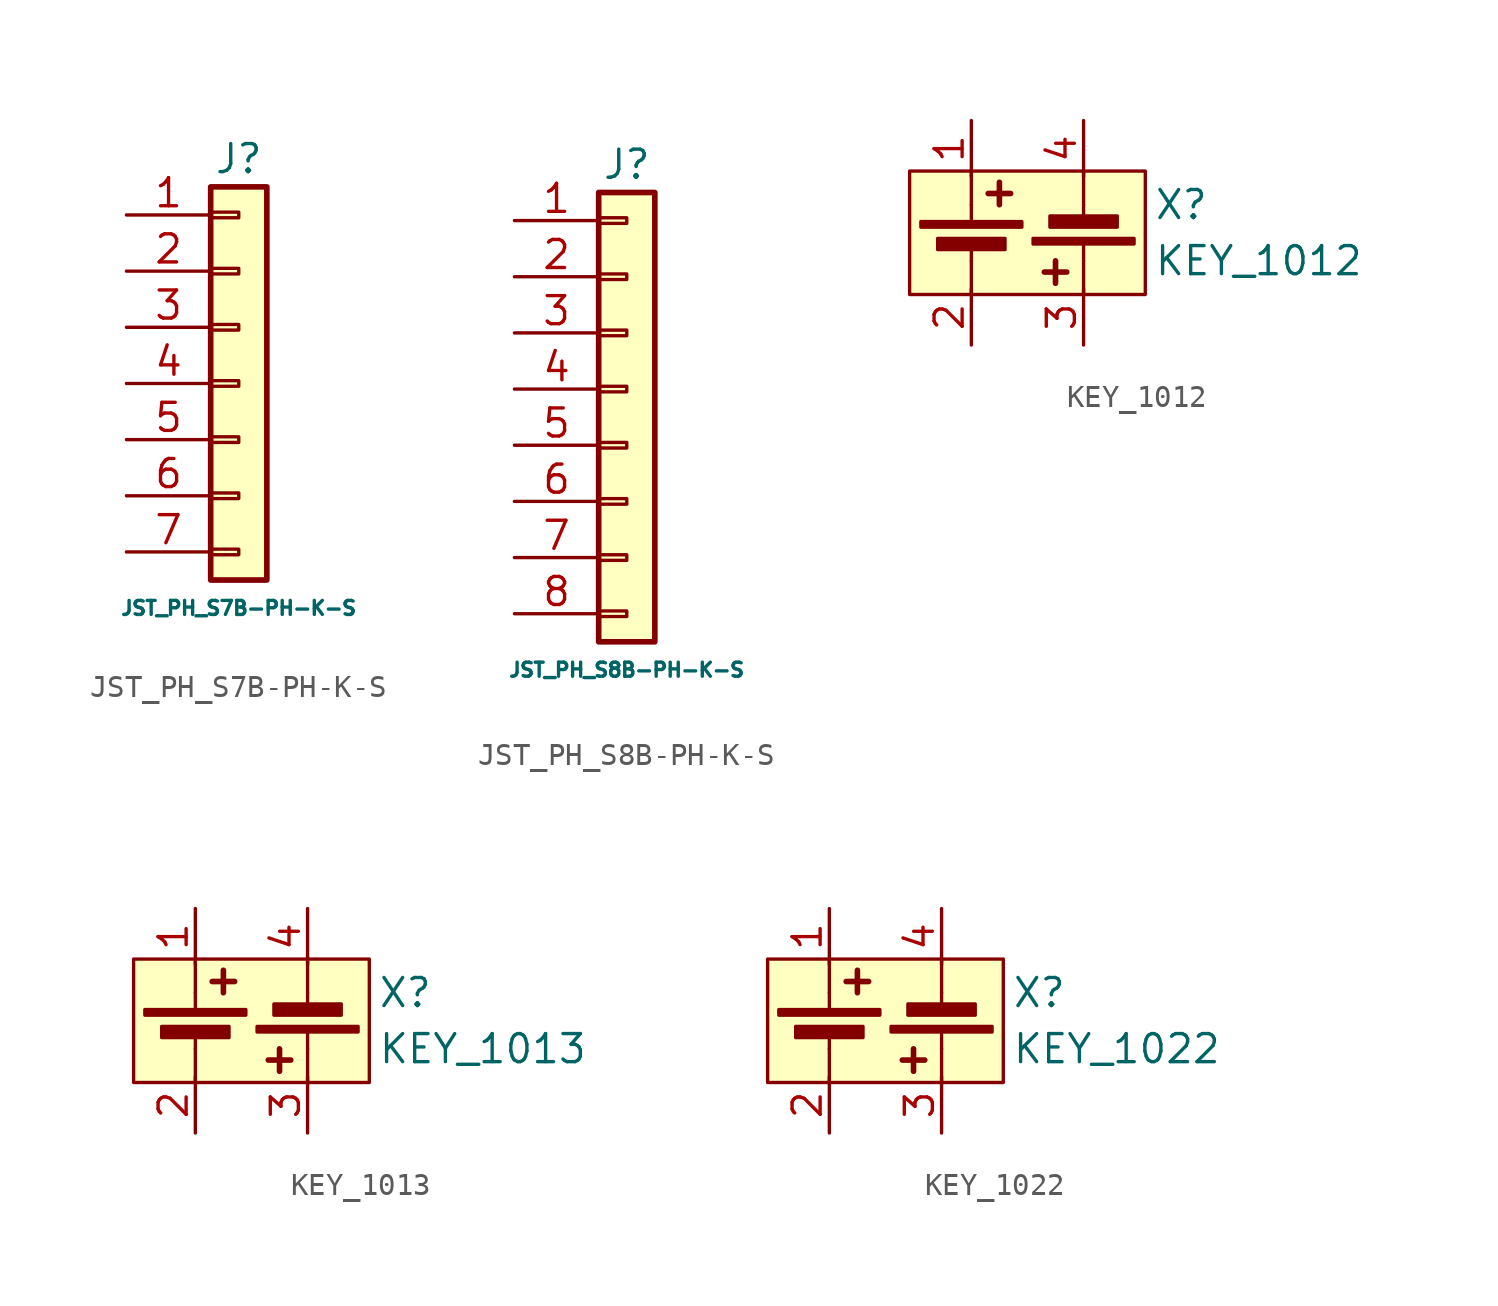
<source format=kicad_sym>
(kicad_symbol_lib
  (version 20220914)
  (generator kicad_symbol_editor)
  (symbol "JST_PH_S7B-PH-K-S"
    (pin_names
      (offset 1.016) hide)
    (property "Reference" "J"
      (at 0 7.62 0)
      (effects (font (size 1.27 1.27))))
    (property "Value" "JST_PH_S7B-PH-K-S"
      (at 0 -12.7 0)
      (effects (font (size 0.635 0.635))))
    (symbol "JST_PH_S7B-PH-K-S_1_1"
      (rectangle (start -1.27 -10.033) (end 0 -10.287) (stroke (width 0.152) (type default)) (fill (type none)))
      (rectangle (start -1.27 -7.493) (end 0 -7.747) (stroke (width 0.152) (type default)) (fill (type none)))
      (rectangle (start -1.27 -4.953) (end 0 -5.207) (stroke (width 0.152) (type default)) (fill (type none)))
      (rectangle (start -1.27 -2.413) (end 0 -2.667) (stroke (width 0.152) (type default)) (fill (type none)))
      (rectangle (start -1.27 0.127) (end 0 -0.127) (stroke (width 0.152) (type default)) (fill (type none)))
      (rectangle (start -1.27 2.667) (end 0 2.413) (stroke (width 0.152) (type default)) (fill (type none)))
      (rectangle (start -1.27 5.207) (end 0 4.953) (stroke (width 0.152) (type default)) (fill (type none)))
      (rectangle (start -1.27 6.35) (end 1.27 -11.43) (stroke (width 0.254) (type default)) (fill (type background)))
      (pin passive line (at -5.08 5.08 0) (length 3.81) (name "Pin_1" (effects (font (size 1.27 1.27)))) (number "1" (effects (font (size 1.27 1.27)))))
      (pin passive line (at -5.08 2.54 0) (length 3.81) (name "Pin_2" (effects (font (size 1.27 1.27)))) (number "2" (effects (font (size 1.27 1.27)))))
      (pin passive line (at -5.08 0 0) (length 3.81) (name "Pin_3" (effects (font (size 1.27 1.27)))) (number "3" (effects (font (size 1.27 1.27)))))
      (pin passive line (at -5.08 -2.54 0) (length 3.81) (name "Pin_4" (effects (font (size 1.27 1.27)))) (number "4" (effects (font (size 1.27 1.27)))))
      (pin passive line (at -5.08 -5.08 0) (length 3.81) (name "Pin_5" (effects (font (size 1.27 1.27)))) (number "5" (effects (font (size 1.27 1.27)))))
      (pin passive line (at -5.08 -7.62 0) (length 3.81) (name "Pin_6" (effects (font (size 1.27 1.27)))) (number "6" (effects (font (size 1.27 1.27)))))
      (pin passive line (at -5.08 -10.16 0) (length 3.81) (name "Pin_7" (effects (font (size 1.27 1.27)))) (number "7" (effects (font (size 1.27 1.27)))))))
  (symbol "JST_PH_S8B-PH-K-S"
    (pin_names
      (offset 1.016) hide)
    (property "Reference" "J"
      (at 0 7.62 0)
      (effects (font (size 1.27 1.27))))
    (property "Value" "JST_PH_S8B-PH-K-S"
      (at 0 -15.24 0)
      (effects (font (size 0.635 0.635))))
    (symbol "JST_PH_S8B-PH-K-S_1_1"
      (rectangle (start -1.27 -12.573) (end 0 -12.827) (stroke (width 0.152) (type default)) (fill (type none)))
      (rectangle (start -1.27 -10.033) (end 0 -10.287) (stroke (width 0.152) (type default)) (fill (type none)))
      (rectangle (start -1.27 -7.493) (end 0 -7.747) (stroke (width 0.152) (type default)) (fill (type none)))
      (rectangle (start -1.27 -4.953) (end 0 -5.207) (stroke (width 0.152) (type default)) (fill (type none)))
      (rectangle (start -1.27 -2.413) (end 0 -2.667) (stroke (width 0.152) (type default)) (fill (type none)))
      (rectangle (start -1.27 0.127) (end 0 -0.127) (stroke (width 0.152) (type default)) (fill (type none)))
      (rectangle (start -1.27 2.667) (end 0 2.413) (stroke (width 0.152) (type default)) (fill (type none)))
      (rectangle (start -1.27 5.207) (end 0 4.953) (stroke (width 0.152) (type default)) (fill (type none)))
      (rectangle (start -1.27 6.35) (end 1.27 -13.97) (stroke (width 0.254) (type default)) (fill (type background)))
      (pin passive line (at -5.08 5.08 0) (length 3.81) (name "Pin_1" (effects (font (size 1.27 1.27)))) (number "1" (effects (font (size 1.27 1.27)))))
      (pin passive line (at -5.08 2.54 0) (length 3.81) (name "Pin_2" (effects (font (size 1.27 1.27)))) (number "2" (effects (font (size 1.27 1.27)))))
      (pin passive line (at -5.08 0 0) (length 3.81) (name "Pin_3" (effects (font (size 1.27 1.27)))) (number "3" (effects (font (size 1.27 1.27)))))
      (pin passive line (at -5.08 -2.54 0) (length 3.81) (name "Pin_4" (effects (font (size 1.27 1.27)))) (number "4" (effects (font (size 1.27 1.27)))))
      (pin passive line (at -5.08 -5.08 0) (length 3.81) (name "Pin_5" (effects (font (size 1.27 1.27)))) (number "5" (effects (font (size 1.27 1.27)))))
      (pin passive line (at -5.08 -7.62 0) (length 3.81) (name "Pin_6" (effects (font (size 1.27 1.27)))) (number "6" (effects (font (size 1.27 1.27)))))
      (pin passive line (at -5.08 -10.16 0) (length 3.81) (name "Pin_7" (effects (font (size 1.27 1.27)))) (number "7" (effects (font (size 1.27 1.27)))))
      (pin passive line (at -5.08 -12.7 0) (length 3.81) (name "Pin_8" (effects (font (size 1.27 1.27)))) (number "8" (effects (font (size 1.27 1.27)))))))
  (symbol "KEY_1012"
    (pin_names
      (offset 0) hide)
    (property "Reference" "X"
      (at 8.255 1.27 0)
      (effects (font (size 1.27 1.27)) (justify left)))
    (property "Value" "KEY_1012"
      (at 8.255 -1.27 0)
      (effects (font (size 1.27 1.27)) (justify left)))
    (symbol "KEY_1012_0_1"
      (rectangle (start -2.286 0.508) (end 2.286 0.254) (stroke (width 0) (type default)) (fill (type outline)))
      (rectangle (start -1.524 -0.254) (end 1.524 -0.762) (stroke (width 0) (type default)) (fill (type outline)))
      (polyline (pts (xy 0 -2.794) (xy 0 -1.27)) (stroke (width 0) (type default)) (fill (type none)))
      (polyline (pts (xy 0 -0.508) (xy 0 -1.27)) (stroke (width 0) (type default)) (fill (type none)))
      (polyline (pts (xy 0 0.508) (xy 0 1.27)) (stroke (width 0) (type default)) (fill (type none)))
      (polyline (pts (xy 0 1.27) (xy 0 2.794)) (stroke (width 0) (type default)) (fill (type none)))
      (polyline (pts (xy 0.762 1.778) (xy 1.778 1.778)) (stroke (width 0.254) (type default)) (fill (type none)))
      (polyline (pts (xy 1.27 2.286) (xy 1.27 1.27)) (stroke (width 0.254) (type default)) (fill (type none)))
      (polyline (pts (xy 3.81 -2.286) (xy 3.81 -1.27)) (stroke (width 0.254) (type default)) (fill (type none)))
      (polyline (pts (xy 4.318 -1.778) (xy 3.302 -1.778)) (stroke (width 0.254) (type default)) (fill (type none)))
      (polyline (pts (xy 5.08 -2.794) (xy 5.08 -1.27)) (stroke (width 0) (type default)) (fill (type none)))
      (polyline (pts (xy 5.08 -0.508) (xy 5.08 -1.27)) (stroke (width 0) (type default)) (fill (type none)))
      (polyline (pts (xy 5.08 0.508) (xy 5.08 1.27)) (stroke (width 0) (type default)) (fill (type none)))
      (polyline (pts (xy 5.08 1.27) (xy 5.08 2.794)) (stroke (width 0) (type default)) (fill (type none)))
      (rectangle (start 6.604 0.254) (end 3.556 0.762) (stroke (width 0) (type default)) (fill (type outline)))
      (rectangle (start 7.366 -0.508) (end 2.794 -0.254) (stroke (width 0) (type default)) (fill (type outline))))
    (symbol "KEY_1012_1_1"
      (rectangle (start -2.794 2.794) (end 7.874 -2.794) (stroke (width 0) (type default)) (fill (type background)))
      (pin passive line (at 0 5.08 270) (length 2.54) (name "+" (effects (font (size 1.27 1.27)))) (number "1" (effects (font (size 1.27 1.27)))))
      (pin passive line (at 0 -5.08 90) (length 2.54) (name "-" (effects (font (size 1.27 1.27)))) (number "2" (effects (font (size 1.27 1.27)))))
      (pin passive line (at 5.08 -5.08 90) (length 2.54) (name "+" (effects (font (size 1.27 1.27)))) (number "3" (effects (font (size 1.27 1.27)))))
      (pin passive line (at 5.08 5.08 270) (length 2.54) (name "-" (effects (font (size 1.27 1.27)))) (number "4" (effects (font (size 1.27 1.27)))))))
  (symbol "KEY_1013"
    (pin_names
      (offset 0) hide)
    (property "Reference" "X"
      (at 8.255 1.27 0)
      (effects (font (size 1.27 1.27)) (justify left)))
    (property "Value" "KEY_1013"
      (at 8.255 -1.27 0)
      (effects (font (size 1.27 1.27)) (justify left)))
    (symbol "KEY_1013_0_1"
      (rectangle (start -2.286 0.508) (end 2.286 0.254) (stroke (width 0) (type default)) (fill (type outline)))
      (rectangle (start -1.524 -0.254) (end 1.524 -0.762) (stroke (width 0) (type default)) (fill (type outline)))
      (polyline (pts (xy 0 -2.794) (xy 0 -1.27)) (stroke (width 0) (type default)) (fill (type none)))
      (polyline (pts (xy 0 -0.508) (xy 0 -1.27)) (stroke (width 0) (type default)) (fill (type none)))
      (polyline (pts (xy 0 0.508) (xy 0 1.27)) (stroke (width 0) (type default)) (fill (type none)))
      (polyline (pts (xy 0 1.27) (xy 0 2.794)) (stroke (width 0) (type default)) (fill (type none)))
      (polyline (pts (xy 0.762 1.778) (xy 1.778 1.778)) (stroke (width 0.254) (type default)) (fill (type none)))
      (polyline (pts (xy 1.27 2.286) (xy 1.27 1.27)) (stroke (width 0.254) (type default)) (fill (type none)))
      (polyline (pts (xy 3.81 -2.286) (xy 3.81 -1.27)) (stroke (width 0.254) (type default)) (fill (type none)))
      (polyline (pts (xy 4.318 -1.778) (xy 3.302 -1.778)) (stroke (width 0.254) (type default)) (fill (type none)))
      (polyline (pts (xy 5.08 -2.794) (xy 5.08 -1.27)) (stroke (width 0) (type default)) (fill (type none)))
      (polyline (pts (xy 5.08 -0.508) (xy 5.08 -1.27)) (stroke (width 0) (type default)) (fill (type none)))
      (polyline (pts (xy 5.08 0.508) (xy 5.08 1.27)) (stroke (width 0) (type default)) (fill (type none)))
      (polyline (pts (xy 5.08 1.27) (xy 5.08 2.794)) (stroke (width 0) (type default)) (fill (type none)))
      (rectangle (start 6.604 0.254) (end 3.556 0.762) (stroke (width 0) (type default)) (fill (type outline)))
      (rectangle (start 7.366 -0.508) (end 2.794 -0.254) (stroke (width 0) (type default)) (fill (type outline))))
    (symbol "KEY_1013_1_1"
      (rectangle (start -2.794 2.794) (end 7.874 -2.794) (stroke (width 0) (type default)) (fill (type background)))
      (pin passive line (at 0 5.08 270) (length 2.54) (name "+" (effects (font (size 1.27 1.27)))) (number "1" (effects (font (size 1.27 1.27)))))
      (pin passive line (at 0 -5.08 90) (length 2.54) (name "-" (effects (font (size 1.27 1.27)))) (number "2" (effects (font (size 1.27 1.27)))))
      (pin passive line (at 5.08 -5.08 90) (length 2.54) (name "+" (effects (font (size 1.27 1.27)))) (number "3" (effects (font (size 1.27 1.27)))))
      (pin passive line (at 5.08 5.08 270) (length 2.54) (name "-" (effects (font (size 1.27 1.27)))) (number "4" (effects (font (size 1.27 1.27)))))))
  (symbol "KEY_1022"
    (pin_names
      (offset 0) hide)
    (property "Reference" "X"
      (at 8.255 1.27 0)
      (effects (font (size 1.27 1.27)) (justify left)))
    (property "Value" "KEY_1022"
      (at 8.255 -1.27 0)
      (effects (font (size 1.27 1.27)) (justify left)))
    (symbol "KEY_1022_0_1"
      (rectangle (start -2.286 0.508) (end 2.286 0.254) (stroke (width 0) (type default)) (fill (type outline)))
      (rectangle (start -1.524 -0.254) (end 1.524 -0.762) (stroke (width 0) (type default)) (fill (type outline)))
      (polyline (pts (xy 0 -2.794) (xy 0 -1.27)) (stroke (width 0) (type default)) (fill (type none)))
      (polyline (pts (xy 0 -0.508) (xy 0 -1.27)) (stroke (width 0) (type default)) (fill (type none)))
      (polyline (pts (xy 0 0.508) (xy 0 1.27)) (stroke (width 0) (type default)) (fill (type none)))
      (polyline (pts (xy 0 1.27) (xy 0 2.794)) (stroke (width 0) (type default)) (fill (type none)))
      (polyline (pts (xy 0.762 1.778) (xy 1.778 1.778)) (stroke (width 0.254) (type default)) (fill (type none)))
      (polyline (pts (xy 1.27 2.286) (xy 1.27 1.27)) (stroke (width 0.254) (type default)) (fill (type none)))
      (polyline (pts (xy 3.81 -2.286) (xy 3.81 -1.27)) (stroke (width 0.254) (type default)) (fill (type none)))
      (polyline (pts (xy 4.318 -1.778) (xy 3.302 -1.778)) (stroke (width 0.254) (type default)) (fill (type none)))
      (polyline (pts (xy 5.08 -2.794) (xy 5.08 -1.27)) (stroke (width 0) (type default)) (fill (type none)))
      (polyline (pts (xy 5.08 -0.508) (xy 5.08 -1.27)) (stroke (width 0) (type default)) (fill (type none)))
      (polyline (pts (xy 5.08 0.508) (xy 5.08 1.27)) (stroke (width 0) (type default)) (fill (type none)))
      (polyline (pts (xy 5.08 1.27) (xy 5.08 2.794)) (stroke (width 0) (type default)) (fill (type none)))
      (rectangle (start 6.604 0.254) (end 3.556 0.762) (stroke (width 0) (type default)) (fill (type outline)))
      (rectangle (start 7.366 -0.508) (end 2.794 -0.254) (stroke (width 0) (type default)) (fill (type outline))))
    (symbol "KEY_1022_1_1"
      (rectangle (start -2.794 2.794) (end 7.874 -2.794) (stroke (width 0) (type default)) (fill (type background)))
      (pin passive line (at 0 5.08 270) (length 2.54) (name "+" (effects (font (size 1.27 1.27)))) (number "1" (effects (font (size 1.27 1.27)))))
      (pin passive line (at 0 -5.08 90) (length 2.54) (name "-" (effects (font (size 1.27 1.27)))) (number "2" (effects (font (size 1.27 1.27)))))
      (pin passive line (at 5.08 -5.08 90) (length 2.54) (name "+" (effects (font (size 1.27 1.27)))) (number "3" (effects (font (size 1.27 1.27)))))
      (pin passive line (at 5.08 5.08 270) (length 2.54) (name "-" (effects (font (size 1.27 1.27)))) (number "4" (effects (font (size 1.27 1.27))))))))
</source>
